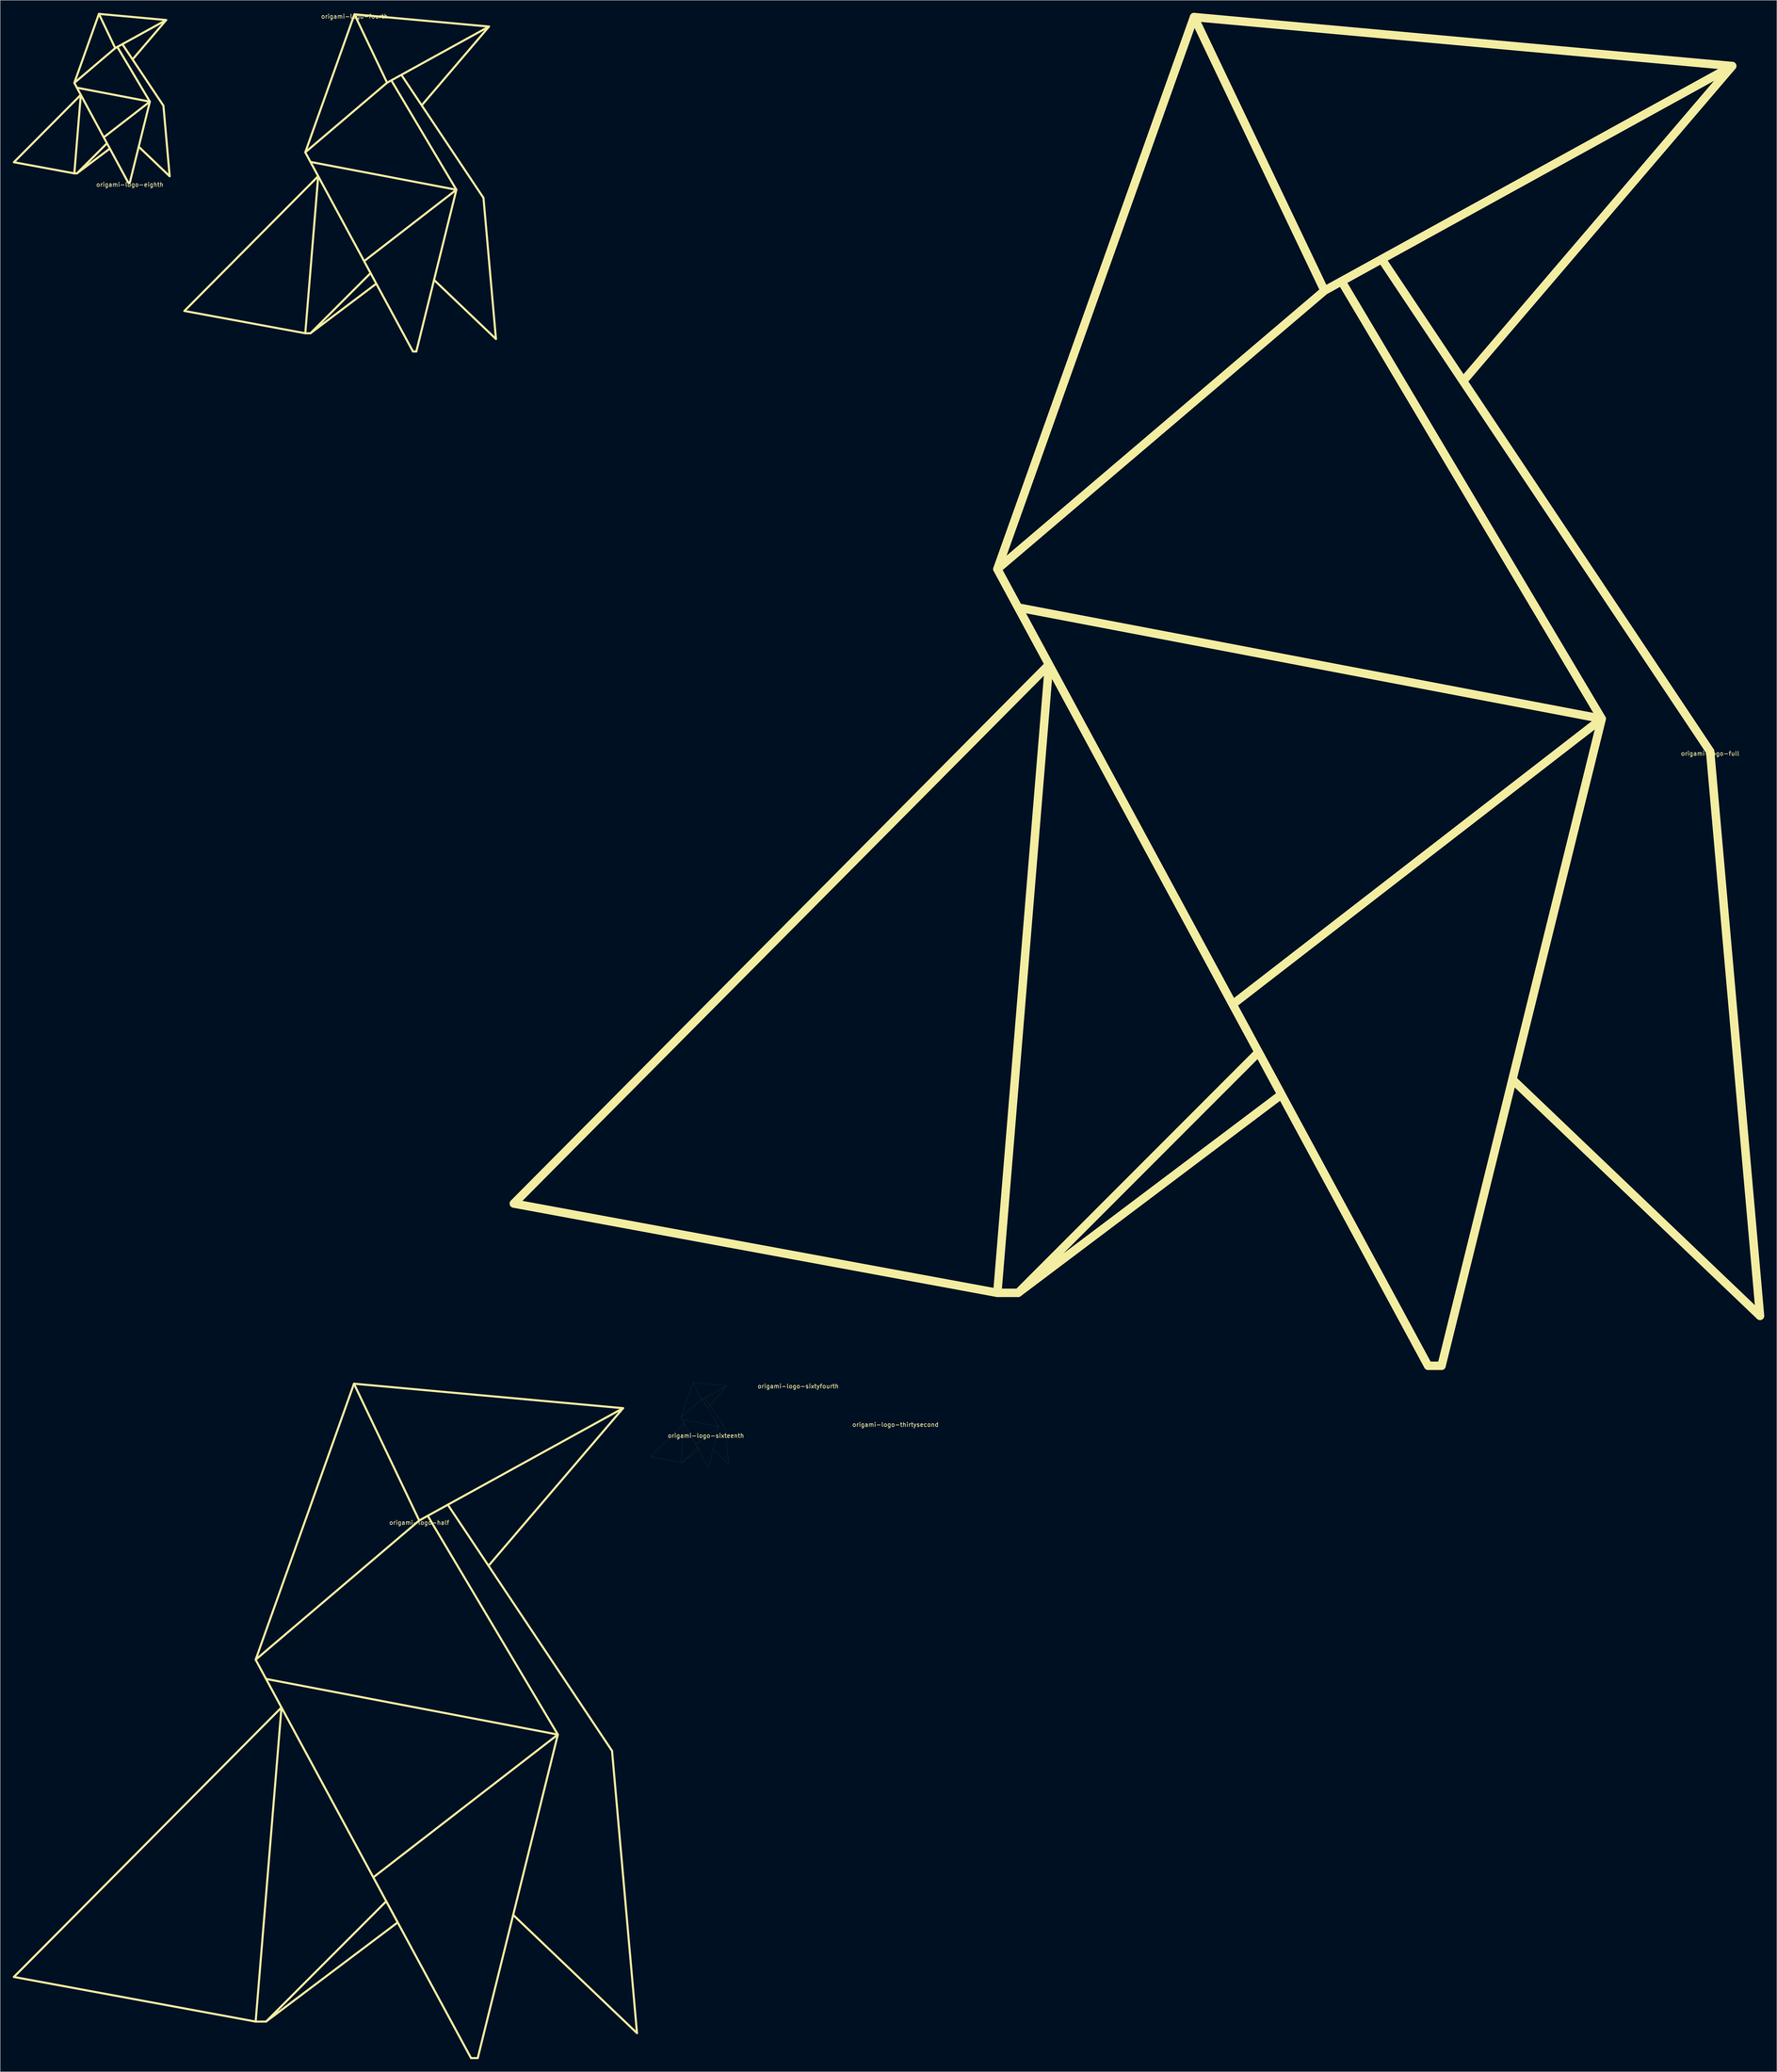
<source format=kicad_pcb>
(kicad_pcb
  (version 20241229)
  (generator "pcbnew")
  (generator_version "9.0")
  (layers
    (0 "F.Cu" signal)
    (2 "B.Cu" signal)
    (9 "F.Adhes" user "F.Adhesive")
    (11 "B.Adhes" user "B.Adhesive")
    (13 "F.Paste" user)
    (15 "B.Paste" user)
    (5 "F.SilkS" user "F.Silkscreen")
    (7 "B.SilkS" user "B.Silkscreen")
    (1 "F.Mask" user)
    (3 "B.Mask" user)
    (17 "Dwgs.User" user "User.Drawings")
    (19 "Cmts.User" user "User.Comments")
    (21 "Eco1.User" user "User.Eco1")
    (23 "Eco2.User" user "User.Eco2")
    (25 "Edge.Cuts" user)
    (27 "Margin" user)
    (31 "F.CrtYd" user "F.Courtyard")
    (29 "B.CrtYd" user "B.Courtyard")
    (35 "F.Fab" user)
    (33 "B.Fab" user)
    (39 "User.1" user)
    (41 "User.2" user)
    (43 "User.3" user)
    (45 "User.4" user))
  (footprint "origami-logo-thirtysecond"
    (layer "F.Cu")
    (at 209.635 334.59)
    (property "Reference" "origami-logo-thirtysecond" (at 0 0.5 0) (layer "F.SilkS") (effects (font (size 1 1) (thickness 0.15))))
    (attr through_hole)
    (fp_line (start -3.589 -0.662) (end 0 0) (stroke (width 0.001) (type solid)) (layer "F.SilkS"))
    (fp_line (start 0 -5.369) (end 2.428 -7.434) (stroke (width 0.001) (type solid)) (layer "F.SilkS"))
    (fp_line (start 0 0) (end 0.154 0) (stroke (width 0.001) (type solid)) (layer "F.SilkS"))
    (fp_line (start 0 0) (end 0.383 -4.66) (stroke (width 0.001) (type solid)) (layer "F.SilkS"))
    (fp_line (start 0.154 -5.083) (end 4.486 -4.258) (stroke (width 0.001) (type solid)) (layer "F.SilkS"))
    (fp_line (start 0.154 0) (end 1.939 -1.785) (stroke (width 0.001) (type solid)) (layer "F.SilkS"))
    (fp_line (start 0.383 -4.66) (end -3.589 -0.662) (stroke (width 0.001) (type solid)) (layer "F.SilkS"))
    (fp_line (start 1.46 -9.463) (end 0 -5.369) (stroke (width 0.001) (type solid)) (layer "F.SilkS"))
    (fp_line (start 1.46 -9.463) (end 5.454 -9.1) (stroke (width 0.001) (type solid)) (layer "F.SilkS"))
    (fp_line (start 1.939 -1.785) (end 2.108 -1.471) (stroke (width 0.001) (type solid)) (layer "F.SilkS"))
    (fp_line (start 2.108 -1.471) (end 0.154 0) (stroke (width 0.001) (type solid)) (layer "F.SilkS"))
    (fp_line (start 2.428 -7.434) (end 1.46 -9.463) (stroke (width 0.001) (type solid)) (layer "F.SilkS"))
    (fp_line (start 2.555 -7.503) (end 4.486 -4.258) (stroke (width 0.001) (type solid)) (layer "F.SilkS"))
    (fp_line (start 2.853 -7.667) (end 5.29 -4.016) (stroke (width 0.001) (type solid)) (layer "F.SilkS"))
    (fp_line (start 3.197 0.541) (end 0 -5.369) (stroke (width 0.001) (type solid)) (layer "F.SilkS"))
    (fp_line (start 3.297 0.541) (end 3.197 0.541) (stroke (width 0.001) (type solid)) (layer "F.SilkS"))
    (fp_line (start 4.486 -4.258) (end 1.747 -2.14) (stroke (width 0.001) (type solid)) (layer "F.SilkS"))
    (fp_line (start 4.486 -4.258) (end 3.297 0.541) (stroke (width 0.001) (type solid)) (layer "F.SilkS"))
    (fp_line (start 5.29 -4.016) (end 5.661 0.171) (stroke (width 0.001) (type solid)) (layer "F.SilkS"))
    (fp_line (start 5.454 -9.1) (end 2.428 -7.434) (stroke (width 0.001) (type solid)) (layer "F.SilkS"))
    (fp_line (start 5.454 -9.1) (end 3.457 -6.762) (stroke (width 0.001) (type solid)) (layer "F.SilkS"))
    (fp_line (start 5.661 0.171) (end 3.823 -1.583) (stroke (width 0.001) (type solid)) (layer "F.SilkS")))
  (footprint "origami-logo-sixteenth"
    (layer "F.Cu")
    (at 164.611 337.218)
    (property "Reference" "origami-logo-sixteenth" (at 0 0.5 0) (layer "F.SilkS") (effects (font (size 1 1) (thickness 0.15))))
    (attr through_hole)
    (fp_line (start -13.12 5.514) (end -5.942 6.838) (stroke (width 0.008) (type solid)) (layer "F.SilkS"))
    (fp_line (start -5.942 -3.899) (end -1.086 -8.029) (stroke (width 0.008) (type solid)) (layer "F.SilkS"))
    (fp_line (start -5.942 6.838) (end -5.634 6.838) (stroke (width 0.008) (type solid)) (layer "F.SilkS"))
    (fp_line (start -5.942 6.838) (end -5.176 -2.482) (stroke (width 0.008) (type solid)) (layer "F.SilkS"))
    (fp_line (start -5.634 -3.328) (end 3.029 -1.678) (stroke (width 0.008) (type solid)) (layer "F.SilkS"))
    (fp_line (start -5.634 6.838) (end -2.065 3.268) (stroke (width 0.008) (type solid)) (layer "F.SilkS"))
    (fp_line (start -5.176 -2.482) (end -13.12 5.514) (stroke (width 0.008) (type solid)) (layer "F.SilkS"))
    (fp_line (start -3.023 -12.088) (end -5.942 -3.899) (stroke (width 0.008) (type solid)) (layer "F.SilkS"))
    (fp_line (start -3.023 -12.088) (end 4.966 -11.361) (stroke (width 0.008) (type solid)) (layer "F.SilkS"))
    (fp_line (start -2.065 3.268) (end -1.726 3.896) (stroke (width 0.008) (type solid)) (layer "F.SilkS"))
    (fp_line (start -1.726 3.896) (end -5.634 6.838) (stroke (width 0.008) (type solid)) (layer "F.SilkS"))
    (fp_line (start -1.086 -8.029) (end -3.023 -12.088) (stroke (width 0.008) (type solid)) (layer "F.SilkS"))
    (fp_line (start -0.833 -8.168) (end 3.029 -1.678) (stroke (width 0.008) (type solid)) (layer "F.SilkS"))
    (fp_line (start -0.237 -8.497) (end 4.638 -1.194) (stroke (width 0.008) (type solid)) (layer "F.SilkS"))
    (fp_line (start 0.452 7.92) (end -5.942 -3.899) (stroke (width 0.008) (type solid)) (layer "F.SilkS"))
    (fp_line (start 0.651 7.92) (end 0.452 7.92) (stroke (width 0.008) (type solid)) (layer "F.SilkS"))
    (fp_line (start 3.029 -1.678) (end -2.449 2.558) (stroke (width 0.008) (type solid)) (layer "F.SilkS"))
    (fp_line (start 3.029 -1.678) (end 0.651 7.92) (stroke (width 0.008) (type solid)) (layer "F.SilkS"))
    (fp_line (start 4.638 -1.194) (end 5.379 7.18) (stroke (width 0.008) (type solid)) (layer "F.SilkS"))
    (fp_line (start 4.966 -11.361) (end -1.086 -8.029) (stroke (width 0.008) (type solid)) (layer "F.SilkS"))
    (fp_line (start 4.966 -11.361) (end 0.971 -6.687) (stroke (width 0.008) (type solid)) (layer "F.SilkS"))
    (fp_line (start 5.379 7.18) (end 1.703 3.673) (stroke (width 0.008) (type solid)) (layer "F.SilkS")))
  (footprint "origami-logo-full"
    (layer "F.Cu")
    (at 403.117 175.304)
    (property "Reference" "origami-logo-full" (at 0 0.5 0) (layer "F.SilkS") (effects (font (size 1 1) (thickness 0.15))))
    (attr through_hole)
    (fp_line (start -284.127 107.316) (end -169.291 128.506) (stroke (width 2) (type solid)) (layer "F.SilkS"))
    (fp_line (start -169.291 -43.291) (end -91.595 -109.367) (stroke (width 2) (type solid)) (layer "F.SilkS"))
    (fp_line (start -169.291 128.506) (end -164.35 128.506) (stroke (width 2) (type solid)) (layer "F.SilkS"))
    (fp_line (start -169.291 128.506) (end -157.022 -20.611) (stroke (width 2) (type solid)) (layer "F.SilkS"))
    (fp_line (start -164.35 -34.157) (end -25.747 -7.747) (stroke (width 2) (type solid)) (layer "F.SilkS"))
    (fp_line (start -164.35 128.506) (end -107.254 71.387) (stroke (width 2) (type solid)) (layer "F.SilkS"))
    (fp_line (start -157.022 -20.611) (end -284.127 107.316) (stroke (width 2) (type solid)) (layer "F.SilkS"))
    (fp_line (start -122.582 -174.304) (end -169.291 -43.291) (stroke (width 2) (type solid)) (layer "F.SilkS"))
    (fp_line (start -122.582 -174.304) (end 5.241 -162.684) (stroke (width 2) (type solid)) (layer "F.SilkS"))
    (fp_line (start -107.254 71.387) (end -101.821 81.432) (stroke (width 2) (type solid)) (layer "F.SilkS"))
    (fp_line (start -101.821 81.432) (end -164.35 128.506) (stroke (width 2) (type solid)) (layer "F.SilkS"))
    (fp_line (start -91.595 -109.367) (end -122.582 -174.304) (stroke (width 2) (type solid)) (layer "F.SilkS"))
    (fp_line (start -87.546 -111.596) (end -25.747 -7.747) (stroke (width 2) (type solid)) (layer "F.SilkS"))
    (fp_line (start -78.006 -116.849) (end 0 0) (stroke (width 2) (type solid)) (layer "F.SilkS"))
    (fp_line (start -66.987 145.823) (end -169.291 -43.291) (stroke (width 2) (type solid)) (layer "F.SilkS"))
    (fp_line (start -63.797 145.823) (end -66.987 145.823) (stroke (width 2) (type solid)) (layer "F.SilkS"))
    (fp_line (start -25.747 -7.747) (end -113.399 60.028) (stroke (width 2) (type solid)) (layer "F.SilkS"))
    (fp_line (start -25.747 -7.747) (end -63.797 145.823) (stroke (width 2) (type solid)) (layer "F.SilkS"))
    (fp_line (start 0 0) (end 11.848 133.975) (stroke (width 2) (type solid)) (layer "F.SilkS"))
    (fp_line (start 5.241 -162.684) (end -91.595 -109.367) (stroke (width 2) (type solid)) (layer "F.SilkS"))
    (fp_line (start 5.241 -162.684) (end -58.671 -87.886) (stroke (width 2) (type solid)) (layer "F.SilkS"))
    (fp_line (start 11.848 133.975) (end -46.958 77.86) (stroke (width 2) (type solid)) (layer "F.SilkS")))
  (footprint "origami-logo-sixtyfourth"
    (layer "F.Cu")
    (at 186.528 325.475)
    (property "Reference" "origami-logo-sixtyfourth" (at 0 0.5 0) (layer "F.SilkS") (effects (font (size 1 1) (thickness 0.15))))
    (attr through_hole)
    (fp_line (start -4.521 4.219) (end -2.727 4.55) (stroke (width 0.000244) (type solid)) (layer "F.SilkS"))
    (fp_line (start -2.727 1.866) (end -1.513 0.833) (stroke (width 0.000244) (type solid)) (layer "F.SilkS"))
    (fp_line (start -2.727 4.55) (end -2.65 4.55) (stroke (width 0.000244) (type solid)) (layer "F.SilkS"))
    (fp_line (start -2.727 4.55) (end -2.535 2.22) (stroke (width 0.000244) (type solid)) (layer "F.SilkS"))
    (fp_line (start -2.65 2.008) (end -0.484 2.421) (stroke (width 0.000244) (type solid)) (layer "F.SilkS"))
    (fp_line (start -2.65 4.55) (end -1.758 3.657) (stroke (width 0.000244) (type solid)) (layer "F.SilkS"))
    (fp_line (start -2.535 2.22) (end -4.521 4.219) (stroke (width 0.000244) (type solid)) (layer "F.SilkS"))
    (fp_line (start -1.997 -0.182) (end -2.727 1.866) (stroke (width 0.000244) (type solid)) (layer "F.SilkS"))
    (fp_line (start -1.997 -0.182) (end 0 0) (stroke (width 0.000244) (type solid)) (layer "F.SilkS"))
    (fp_line (start -1.758 3.657) (end -1.673 3.814) (stroke (width 0.000244) (type solid)) (layer "F.SilkS"))
    (fp_line (start -1.673 3.814) (end -2.65 4.55) (stroke (width 0.000244) (type solid)) (layer "F.SilkS"))
    (fp_line (start -1.513 0.833) (end -1.997 -0.182) (stroke (width 0.000244) (type solid)) (layer "F.SilkS"))
    (fp_line (start -1.45 0.798) (end -0.484 2.421) (stroke (width 0.000244) (type solid)) (layer "F.SilkS"))
    (fp_line (start -1.301 0.716) (end -0.082 2.542) (stroke (width 0.000244) (type solid)) (layer "F.SilkS"))
    (fp_line (start -1.129 4.82) (end -2.727 1.866) (stroke (width 0.000244) (type solid)) (layer "F.SilkS"))
    (fp_line (start -1.079 4.82) (end -1.129 4.82) (stroke (width 0.000244) (type solid)) (layer "F.SilkS"))
    (fp_line (start -0.484 2.421) (end -1.854 3.48) (stroke (width 0.000244) (type solid)) (layer "F.SilkS"))
    (fp_line (start -0.484 2.421) (end -1.079 4.82) (stroke (width 0.000244) (type solid)) (layer "F.SilkS"))
    (fp_line (start -0.082 2.542) (end 0.103 4.635) (stroke (width 0.000244) (type solid)) (layer "F.SilkS"))
    (fp_line (start 0 0) (end -1.513 0.833) (stroke (width 0.000244) (type solid)) (layer "F.SilkS"))
    (fp_line (start 0 0) (end -0.999 1.169) (stroke (width 0.000244) (type solid)) (layer "F.SilkS"))
    (fp_line (start 0.103 4.635) (end -0.816 3.758) (stroke (width 0.000244) (type solid)) (layer "F.SilkS")))
  (footprint "origami-logo-half"
    (layer "F.Cu")
    (at 96.516 357.845)
    (property "Reference" "origami-logo-half" (at 0 0.5 0) (layer "F.SilkS") (effects (font (size 1 1) (thickness 0.15))))
    (attr through_hole)
    (fp_line (start -96.266 108.342) (end -38.848 118.937) (stroke (width 0.5) (type solid)) (layer "F.SilkS"))
    (fp_line (start -38.848 33.038) (end 0 0) (stroke (width 0.5) (type solid)) (layer "F.SilkS"))
    (fp_line (start -38.848 118.937) (end -36.378 118.937) (stroke (width 0.5) (type solid)) (layer "F.SilkS"))
    (fp_line (start -38.848 118.937) (end -32.713 44.378) (stroke (width 0.5) (type solid)) (layer "F.SilkS"))
    (fp_line (start -36.378 37.605) (end 32.924 50.81) (stroke (width 0.5) (type solid)) (layer "F.SilkS"))
    (fp_line (start -36.378 118.937) (end -7.83 90.377) (stroke (width 0.5) (type solid)) (layer "F.SilkS"))
    (fp_line (start -32.713 44.378) (end -96.266 108.342) (stroke (width 0.5) (type solid)) (layer "F.SilkS"))
    (fp_line (start -15.494 -32.468) (end -38.848 33.038) (stroke (width 0.5) (type solid)) (layer "F.SilkS"))
    (fp_line (start -15.494 -32.468) (end 48.418 -26.658) (stroke (width 0.5) (type solid)) (layer "F.SilkS"))
    (fp_line (start -7.83 90.377) (end -5.113 95.399) (stroke (width 0.5) (type solid)) (layer "F.SilkS"))
    (fp_line (start -5.113 95.399) (end -36.378 118.937) (stroke (width 0.5) (type solid)) (layer "F.SilkS"))
    (fp_line (start 0 0) (end -15.494 -32.468) (stroke (width 0.5) (type solid)) (layer "F.SilkS"))
    (fp_line (start 2.024 -1.115) (end 32.924 50.81) (stroke (width 0.5) (type solid)) (layer "F.SilkS"))
    (fp_line (start 6.794 -3.741) (end 45.797 54.684) (stroke (width 0.5) (type solid)) (layer "F.SilkS"))
    (fp_line (start 12.304 127.595) (end -38.848 33.038) (stroke (width 0.5) (type solid)) (layer "F.SilkS"))
    (fp_line (start 13.899 127.595) (end 12.304 127.595) (stroke (width 0.5) (type solid)) (layer "F.SilkS"))
    (fp_line (start 32.924 50.81) (end -10.902 84.698) (stroke (width 0.5) (type solid)) (layer "F.SilkS"))
    (fp_line (start 32.924 50.81) (end 13.899 127.595) (stroke (width 0.5) (type solid)) (layer "F.SilkS"))
    (fp_line (start 45.797 54.684) (end 51.722 121.671) (stroke (width 0.5) (type solid)) (layer "F.SilkS"))
    (fp_line (start 48.418 -26.658) (end 0 0) (stroke (width 0.5) (type solid)) (layer "F.SilkS"))
    (fp_line (start 48.418 -26.658) (end 16.462 10.741) (stroke (width 0.5) (type solid)) (layer "F.SilkS"))
    (fp_line (start 51.722 121.671) (end 22.318 93.614) (stroke (width 0.5) (type solid)) (layer "F.SilkS")))
  (footprint "origami-logo-eighth"
    (layer "F.Cu")
    (at 27.791 40.266)
    (property "Reference" "origami-logo-eighth" (at 0 0.5 0) (layer "F.SilkS") (effects (font (size 1 1) (thickness 0.15))))
    (attr through_hole)
    (fp_line (start -27.541 -4.813) (end -13.187 -2.165) (stroke (width 0.5) (type solid)) (layer "F.SilkS"))
    (fp_line (start -13.187 -23.639) (end -3.475 -31.899) (stroke (width 0.5) (type solid)) (layer "F.SilkS"))
    (fp_line (start -13.187 -2.165) (end -12.569 -2.165) (stroke (width 0.5) (type solid)) (layer "F.SilkS"))
    (fp_line (start -13.187 -2.165) (end -11.653 -20.804) (stroke (width 0.5) (type solid)) (layer "F.SilkS"))
    (fp_line (start -12.569 -22.497) (end 4.756 -19.196) (stroke (width 0.5) (type solid)) (layer "F.SilkS"))
    (fp_line (start -12.569 -2.165) (end -5.432 -9.304) (stroke (width 0.5) (type solid)) (layer "F.SilkS"))
    (fp_line (start -11.653 -20.804) (end -27.541 -4.813) (stroke (width 0.5) (type solid)) (layer "F.SilkS"))
    (fp_line (start -7.348 -40.016) (end -13.187 -23.639) (stroke (width 0.5) (type solid)) (layer "F.SilkS"))
    (fp_line (start -7.348 -40.016) (end 8.63 -38.563) (stroke (width 0.5) (type solid)) (layer "F.SilkS"))
    (fp_line (start -5.432 -9.304) (end -4.753 -8.049) (stroke (width 0.031) (type solid)) (layer "F.SilkS"))
    (fp_line (start -4.753 -8.049) (end -12.569 -2.165) (stroke (width 0.5) (type solid)) (layer "F.SilkS"))
    (fp_line (start -3.475 -31.899) (end -7.348 -40.016) (stroke (width 0.5) (type solid)) (layer "F.SilkS"))
    (fp_line (start -2.969 -32.177) (end 4.756 -19.196) (stroke (width 0.5) (type solid)) (layer "F.SilkS"))
    (fp_line (start -1.776 -32.834) (end 7.975 -18.228) (stroke (width 0.5) (type solid)) (layer "F.SilkS"))
    (fp_line (start -0.399 0) (end -13.187 -23.639) (stroke (width 0.5) (type solid)) (layer "F.SilkS"))
    (fp_line (start 0 0) (end -0.399 0) (stroke (width 0.5) (type solid)) (layer "F.SilkS"))
    (fp_line (start 4.756 -19.196) (end -6.2 -10.724) (stroke (width 0.5) (type solid)) (layer "F.SilkS"))
    (fp_line (start 4.756 -19.196) (end 0 0) (stroke (width 0.5) (type solid)) (layer "F.SilkS"))
    (fp_line (start 7.975 -18.228) (end 9.456 -1.481) (stroke (width 0.5) (type solid)) (layer "F.SilkS"))
    (fp_line (start 8.63 -38.563) (end -3.475 -31.899) (stroke (width 0.5) (type solid)) (layer "F.SilkS"))
    (fp_line (start 8.63 -38.563) (end 0.641 -29.214) (stroke (width 0.5) (type solid)) (layer "F.SilkS"))
    (fp_line (start 9.456 -1.481) (end 2.105 -8.495) (stroke (width 0.5) (type solid)) (layer "F.SilkS")))
  (footprint "origami-logo-fourth"
    (layer "F.Cu")
    (at 81.133 0.348)
    (property "Reference" "origami-logo-fourth" (at 0 0.5 0) (layer "F.SilkS") (effects (font (size 1 1) (thickness 0.15))))
    (attr through_hole)
    (fp_line (start -40.386 70.405) (end -11.677 75.703) (stroke (width 0.5) (type solid)) (layer "F.SilkS"))
    (fp_line (start -11.677 32.753) (end 7.747 16.234) (stroke (width 0.5) (type solid)) (layer "F.SilkS"))
    (fp_line (start -11.677 75.703) (end -10.442 75.703) (stroke (width 0.5) (type solid)) (layer "F.SilkS"))
    (fp_line (start -11.677 75.703) (end -8.61 38.423) (stroke (width 0.5) (type solid)) (layer "F.SilkS"))
    (fp_line (start -10.442 35.037) (end 24.209 41.639) (stroke (width 0.5) (type solid)) (layer "F.SilkS"))
    (fp_line (start -10.442 75.703) (end 3.832 61.423) (stroke (width 0.5) (type solid)) (layer "F.SilkS"))
    (fp_line (start -8.61 38.423) (end -40.386 70.405) (stroke (width 0.5) (type solid)) (layer "F.SilkS"))
    (fp_line (start 0 0) (end -11.677 32.753) (stroke (width 0.5) (type solid)) (layer "F.SilkS"))
    (fp_line (start 0 0) (end 31.956 2.905) (stroke (width 0.5) (type solid)) (layer "F.SilkS"))
    (fp_line (start 3.832 61.423) (end 5.19 63.934) (stroke (width 0.125) (type solid)) (layer "F.SilkS"))
    (fp_line (start 5.19 63.934) (end -10.442 75.703) (stroke (width 0.5) (type solid)) (layer "F.SilkS"))
    (fp_line (start 7.747 16.234) (end 0 0) (stroke (width 0.5) (type solid)) (layer "F.SilkS"))
    (fp_line (start 8.759 15.677) (end 24.209 41.639) (stroke (width 0.5) (type solid)) (layer "F.SilkS"))
    (fp_line (start 11.144 14.364) (end 30.646 43.576) (stroke (width 0.5) (type solid)) (layer "F.SilkS"))
    (fp_line (start 13.899 80.032) (end -11.677 32.753) (stroke (width 0.5) (type solid)) (layer "F.SilkS"))
    (fp_line (start 14.696 80.032) (end 13.899 80.032) (stroke (width 0.5) (type solid)) (layer "F.SilkS"))
    (fp_line (start 24.209 41.639) (end 2.296 58.583) (stroke (width 0.5) (type solid)) (layer "F.SilkS"))
    (fp_line (start 24.209 41.639) (end 14.696 80.032) (stroke (width 0.5) (type solid)) (layer "F.SilkS"))
    (fp_line (start 30.646 43.576) (end 33.608 77.07) (stroke (width 0.5) (type solid)) (layer "F.SilkS"))
    (fp_line (start 31.956 2.905) (end 7.747 16.234) (stroke (width 0.5) (type solid)) (layer "F.SilkS"))
    (fp_line (start 31.956 2.905) (end 15.978 21.604) (stroke (width 0.5) (type solid)) (layer "F.SilkS"))
    (fp_line (start 33.608 77.07) (end 18.906 63.041) (stroke (width 0.5) (type solid)) (layer "F.SilkS")))
  (gr_rect
    (start -3 -3)
    (end 418.965 488.69)
    (stroke (width 0.1) (type default))
    (fill no)
    (layer "Edge.Cuts")))
</source>
